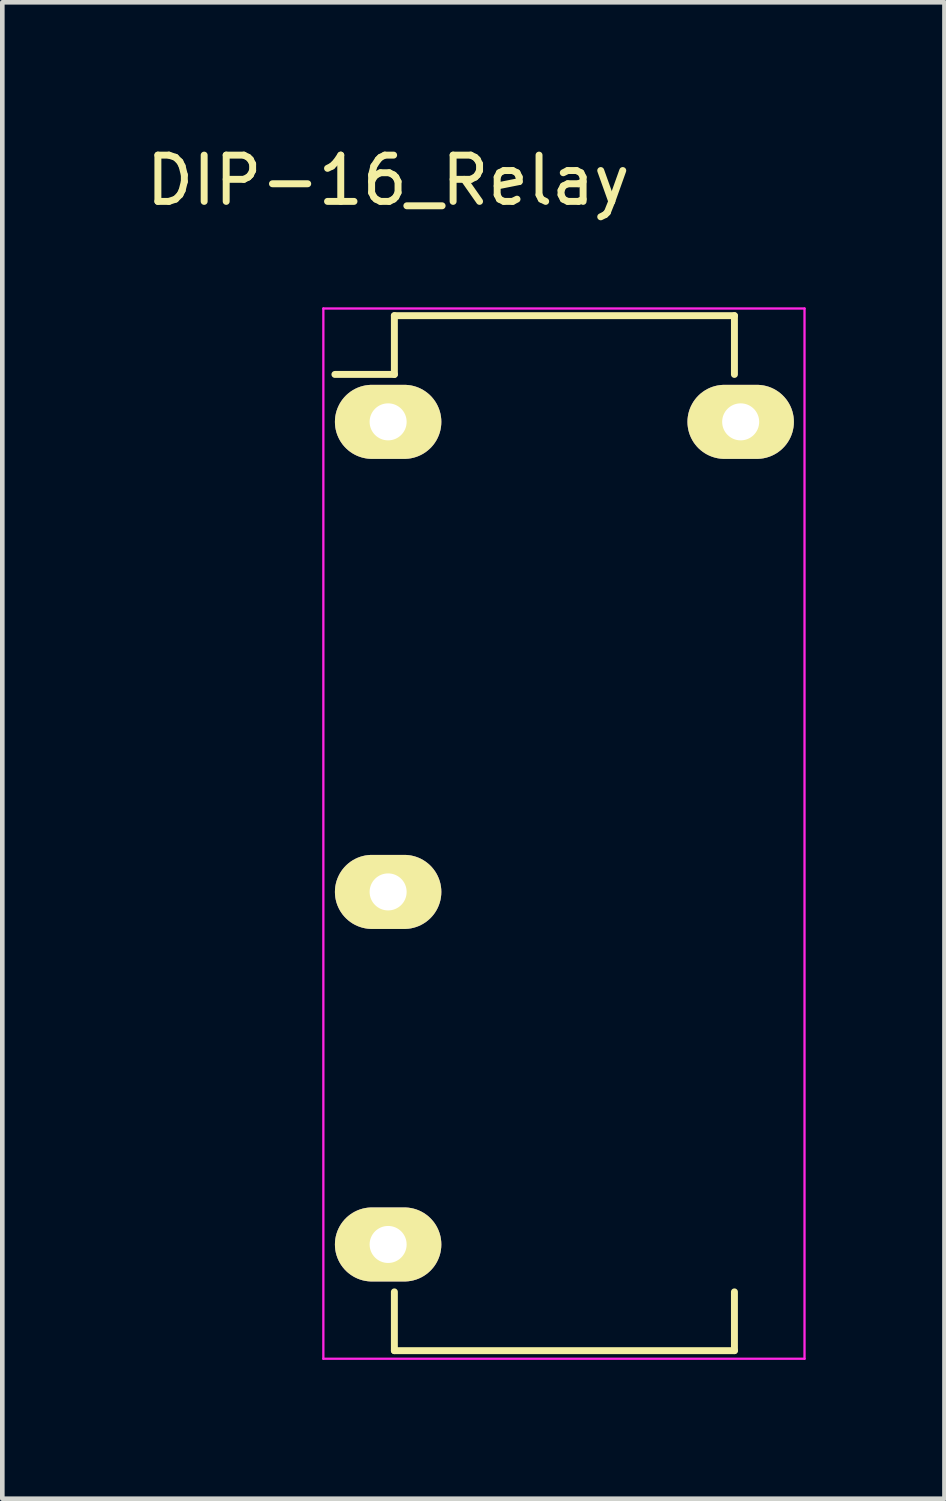
<source format=kicad_pcb>
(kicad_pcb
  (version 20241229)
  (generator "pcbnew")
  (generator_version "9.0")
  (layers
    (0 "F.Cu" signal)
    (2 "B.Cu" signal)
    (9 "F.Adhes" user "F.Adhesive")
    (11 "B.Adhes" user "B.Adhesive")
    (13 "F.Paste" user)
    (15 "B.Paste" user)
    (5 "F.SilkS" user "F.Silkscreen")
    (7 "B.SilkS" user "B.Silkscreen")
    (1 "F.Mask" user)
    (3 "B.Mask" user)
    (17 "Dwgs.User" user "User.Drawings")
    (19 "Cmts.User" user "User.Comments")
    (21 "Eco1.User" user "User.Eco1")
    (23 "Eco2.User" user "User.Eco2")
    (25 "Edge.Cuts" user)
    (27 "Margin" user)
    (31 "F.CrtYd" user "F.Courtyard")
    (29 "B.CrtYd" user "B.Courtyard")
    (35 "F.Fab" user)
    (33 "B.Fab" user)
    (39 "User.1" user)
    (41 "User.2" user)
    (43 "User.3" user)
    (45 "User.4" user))
  (footprint "DIP-16_Relay"
    (layer "F.Cu")
    (at 5.339 6.068)
    (property "Reference" "DIP-16_Relay" (at 0 -5.22 0) (layer "F.SilkS") (effects (font (size 1 1) (thickness 0.15))))
    (attr through_hole)
    (fp_line (start 0.135 -2.295) (end 0.135 -1.025) (stroke (width 0.15) (type solid)) (layer "F.SilkS"))
    (fp_line (start 0.135 -2.295) (end 7.485 -2.295) (stroke (width 0.15) (type solid)) (layer "F.SilkS"))
    (fp_line (start 0.135 -1.025) (end -1.15 -1.025) (stroke (width 0.15) (type solid)) (layer "F.SilkS"))
    (fp_line (start 0.135 20.075) (end 0.135 18.805) (stroke (width 0.15) (type solid)) (layer "F.SilkS"))
    (fp_line (start 0.135 20.075) (end 7.485 20.075) (stroke (width 0.15) (type solid)) (layer "F.SilkS"))
    (fp_line (start 7.485 -2.295) (end 7.485 -1.025) (stroke (width 0.15) (type solid)) (layer "F.SilkS"))
    (fp_line (start 7.485 20.075) (end 7.485 18.805) (stroke (width 0.15) (type solid)) (layer "F.SilkS"))
    (fp_line (start -1.4 -2.45) (end -1.4 20.25) (stroke (width 0.05) (type solid)) (layer "F.CrtYd"))
    (fp_line (start -1.4 -2.45) (end 9 -2.45) (stroke (width 0.05) (type solid)) (layer "F.CrtYd"))
    (fp_line (start -1.4 20.25) (end 9 20.25) (stroke (width 0.05) (type solid)) (layer "F.CrtYd"))
    (fp_line (start 9 -2.45) (end 9 20.25) (stroke (width 0.05) (type solid)) (layer "F.CrtYd"))
    (pad "1" thru_hole oval (at 0 0) (size 2.3 1.6) (drill 0.8) (layers "*.Cu" "*.Mask" "F.SilkS"))
    (pad "5" thru_hole oval (at 0 10.16) (size 2.3 1.6) (drill 0.8) (layers "*.Cu" "*.Mask" "F.SilkS"))
    (pad "8" thru_hole oval (at 0 17.78) (size 2.3 1.6) (drill 0.8) (layers "*.Cu" "*.Mask" "F.SilkS"))
    (pad "16" thru_hole oval (at 7.62 0) (size 2.3 1.6) (drill 0.8) (layers "*.Cu" "*.Mask" "F.SilkS")))
  (gr_rect
    (start -3 -3)
    (end 17.364 29.343)
    (stroke (width 0.1) (type default))
    (fill no)
    (layer "Edge.Cuts")))
</source>
